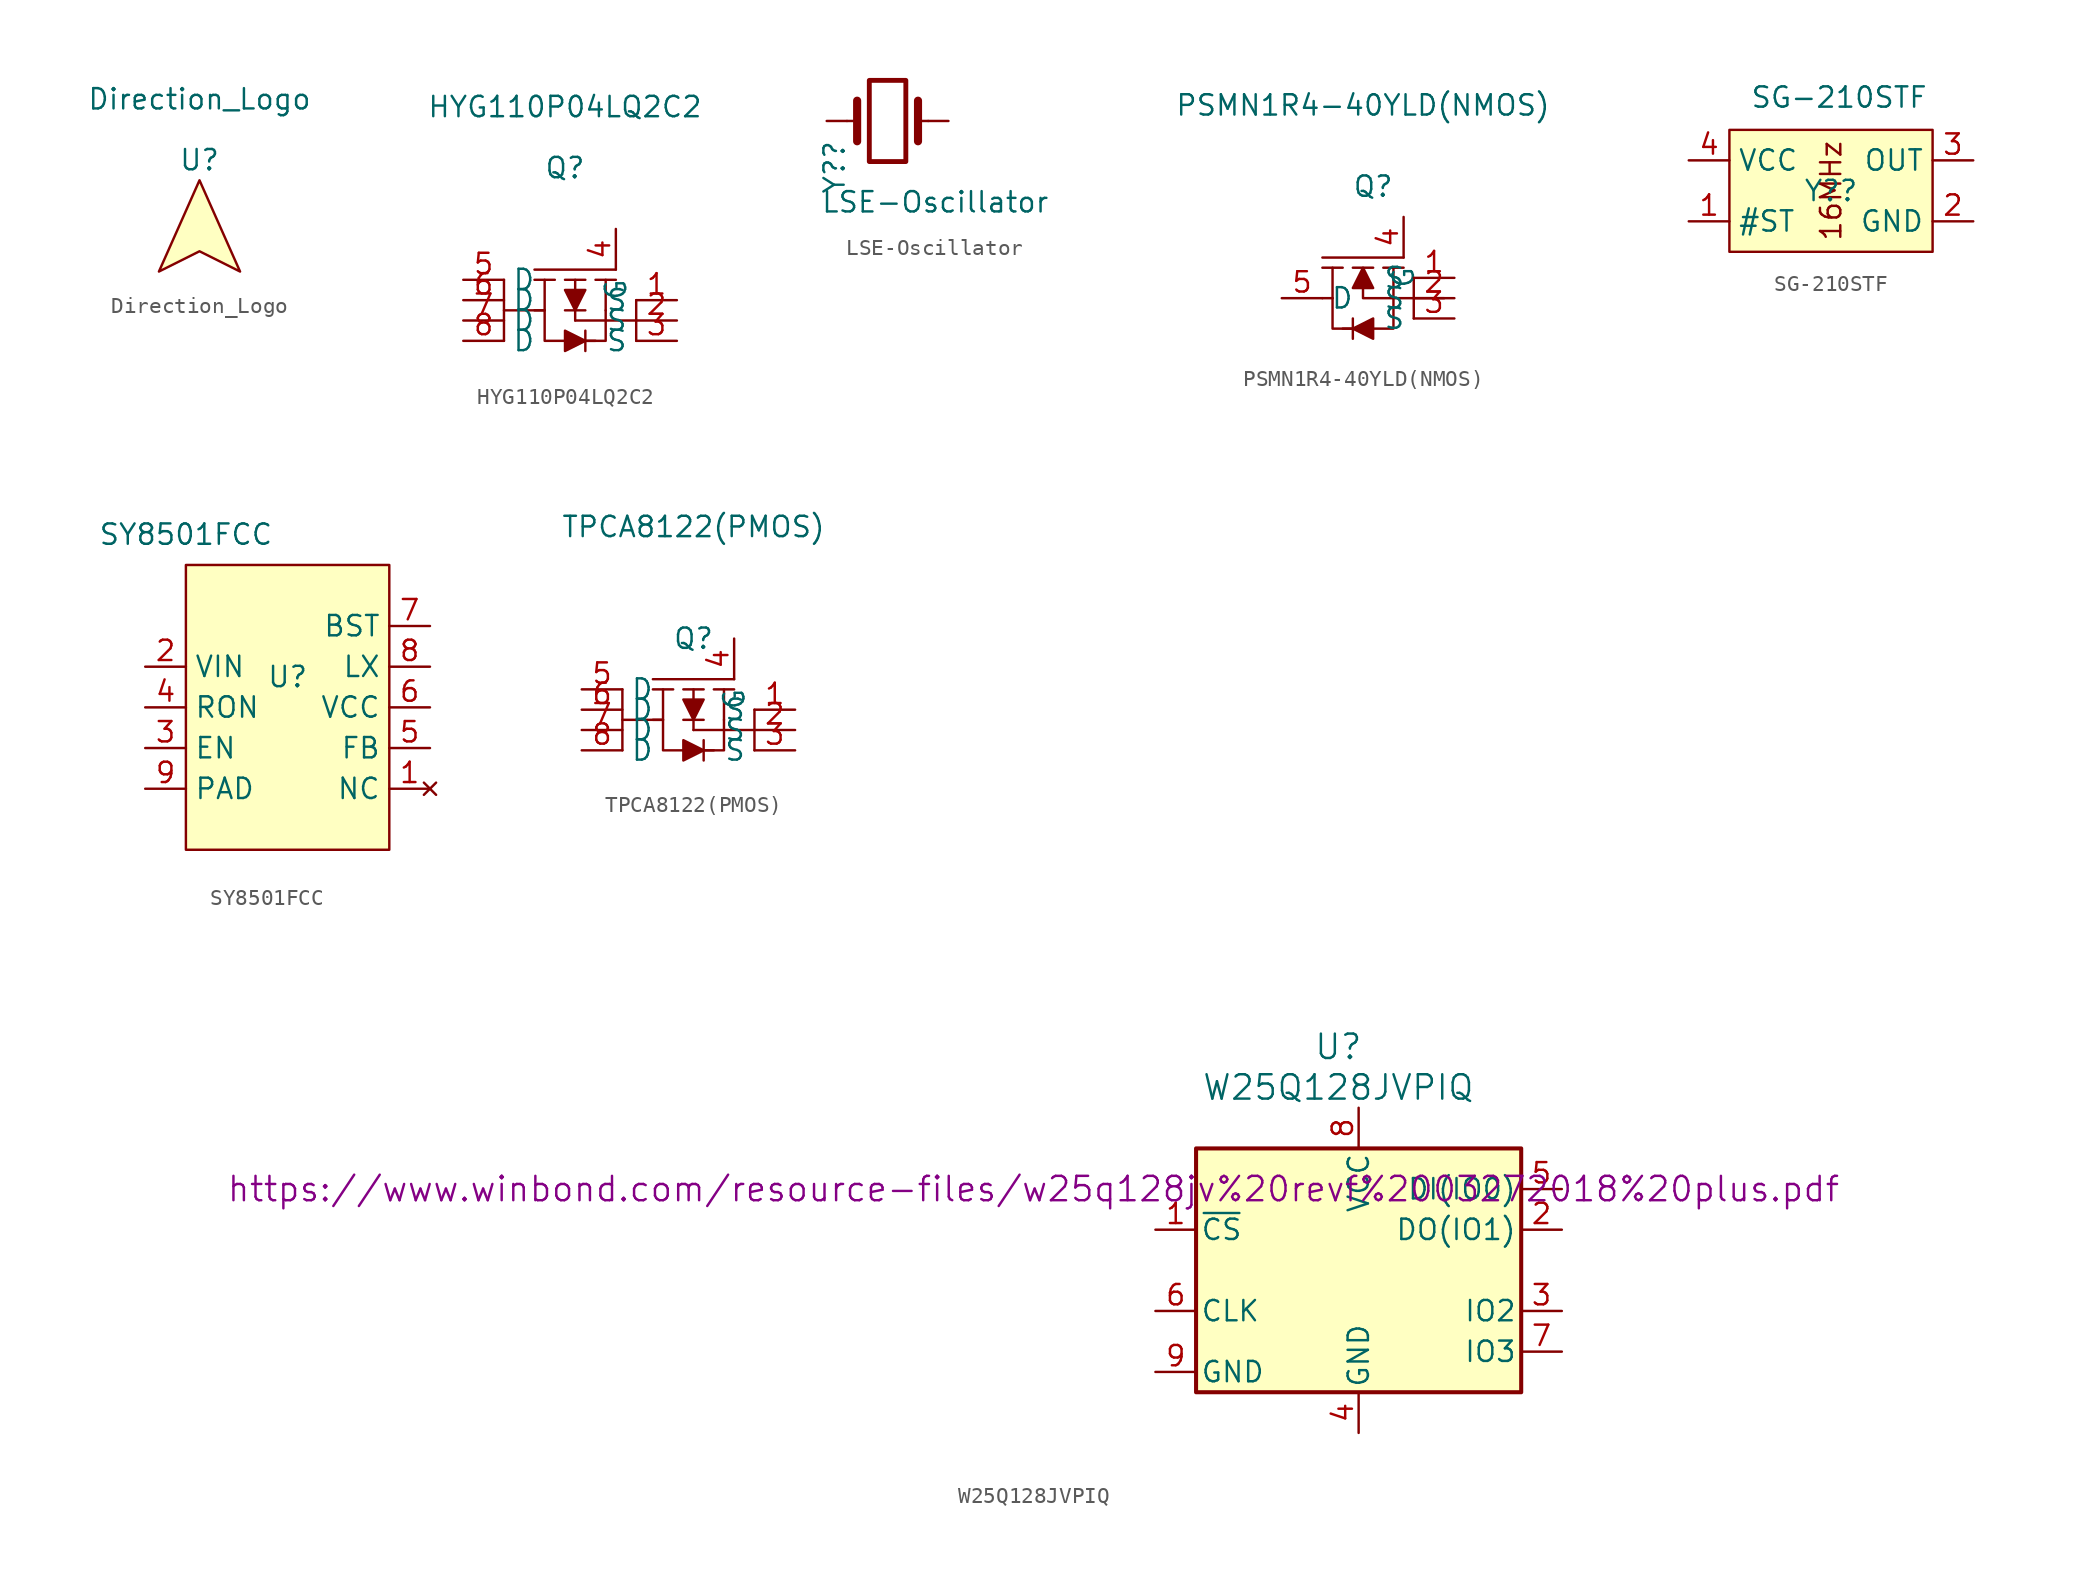
<source format=kicad_sym>
(kicad_symbol_lib
  (version 20211014)
  (generator kicad_symbol_editor)
  (symbol "Direction_Logo"
    (property "Reference" "U"
      (at 0 0 0)
      (effects (font (size 1.27 1.27))))
    (property "Value" "Direction_Logo"
      (at 0 3.81 0)
      (effects (font (size 1.27 1.27))))
    (symbol "Direction_Logo_0_1"
      (polyline (pts (xy 0 -1.27) (xy -2.54 -6.985) (xy 0 -5.715) (xy 2.54 -6.985) (xy 0 -1.27)) (stroke (width 0) (type default) (color 0 0 0 0)) (fill (type background)))))
  (symbol "HYG110P04LQ2C2"
    (property "Reference" "Q"
      (at 0 0 0)
      (effects (font (size 1.27 1.27))))
    (property "Value" "HYG110P04LQ2C2"
      (at 0 3.81 0)
      (effects (font (size 1.27 1.27))))
    (symbol "HYG110P04LQ2C2_0_1"
      (polyline (pts (xy -3.81 -6.985) (xy -3.81 -10.795)) (stroke (width 0) (type default) (color 0 0 0 0)) (fill (type none)))
      (polyline (pts (xy -1.905 -6.985) (xy -0.635 -6.985)) (stroke (width 0) (type default) (color 0 0 0 0)) (fill (type none)))
      (polyline (pts (xy -1.27 -8.89) (xy -1.905 -8.89)) (stroke (width 0) (type default) (color 0 0 0 0)) (fill (type none)))
      (polyline (pts (xy -1.27 -6.985) (xy -1.27 -8.89)) (stroke (width 0) (type default) (color 0 0 0 0)) (fill (type none)))
      (polyline (pts (xy 0 -8.89) (xy 1.27 -8.89)) (stroke (width 0) (type default) (color 0 0 0 0)) (fill (type none)))
      (polyline (pts (xy 0 -6.985) (xy 1.27 -6.985)) (stroke (width 0) (type default) (color 0 0 0 0)) (fill (type none)))
      (polyline (pts (xy 0.635 -9.525) (xy 0.635 -8.89)) (stroke (width 0) (type default) (color 0 0 0 0)) (fill (type none)))
      (polyline (pts (xy 0.635 -8.89) (xy 0.635 -6.985)) (stroke (width 0) (type default) (color 0 0 0 0)) (fill (type none)))
      (polyline (pts (xy 1.27 -10.16) (xy 1.27 -11.43)) (stroke (width 0) (type default) (color 0 0 0 0)) (fill (type none)))
      (polyline (pts (xy 1.905 -6.985) (xy 3.175 -6.985)) (stroke (width 0) (type default) (color 0 0 0 0)) (fill (type none)))
      (polyline (pts (xy 2.54 -6.985) (xy 2.54 -8.89)) (stroke (width 0) (type default) (color 0 0 0 0)) (fill (type none)))
      (polyline (pts (xy 3.175 -6.35) (xy -1.905 -6.35)) (stroke (width 0) (type default) (color 0 0 0 0)) (fill (type none)))
      (polyline (pts (xy 4.445 -9.525) (xy 0.635 -9.525)) (stroke (width 0) (type default) (color 0 0 0 0)) (fill (type none)))
      (polyline (pts (xy 4.445 -8.255) (xy 4.445 -10.795)) (stroke (width 0) (type default) (color 0 0 0 0)) (fill (type none)))
      (polyline (pts (xy 2.54 -8.89) (xy 2.54 -10.795) (xy 0 -10.795)) (stroke (width 0) (type default) (color 0 0 0 0)) (fill (type none)))
      (polyline (pts (xy 0 -7.62) (xy 1.27 -7.62) (xy 0.635 -8.89) (xy 0 -7.62)) (stroke (width 0) (type default) (color 0 0 0 0)) (fill (type outline)))
      (polyline (pts (xy 1.27 -10.795) (xy 0 -10.16) (xy 0 -11.43) (xy 1.27 -10.795)) (stroke (width 0) (type default) (color 0 0 0 0)) (fill (type outline)))
      (polyline (pts (xy 1.905 -10.795) (xy -1.27 -10.795) (xy -1.27 -8.89) (xy -3.81 -8.89)) (stroke (width 0) (type default) (color 0 0 0 0)) (fill (type none))))
    (symbol "HYG110P04LQ2C2_1_1"
      (pin input line (at 6.985 -8.255 180) (length 2.54) (name "S" (effects (font (size 1.27 1.27)))) (number "1" (effects (font (size 1.27 1.27)))))
      (pin input line (at 6.985 -9.525 180) (length 2.54) (name "S" (effects (font (size 1.27 1.27)))) (number "2" (effects (font (size 1.27 1.27)))))
      (pin input line (at 6.985 -10.795 180) (length 2.54) (name "S" (effects (font (size 1.27 1.27)))) (number "3" (effects (font (size 1.27 1.27)))))
      (pin input line (at 3.175 -3.81 270) (length 2.54) (name "G" (effects (font (size 1.27 1.27)))) (number "4" (effects (font (size 1.27 1.27)))))
      (pin input line (at -6.35 -6.985 0) (length 2.54) (name "D" (effects (font (size 1.27 1.27)))) (number "5" (effects (font (size 1.27 1.27)))))
      (pin input line (at -6.35 -8.255 0) (length 2.54) (name "D" (effects (font (size 1.27 1.27)))) (number "6" (effects (font (size 1.27 1.27)))))
      (pin input line (at -6.35 -9.525 0) (length 2.54) (name "D" (effects (font (size 1.27 1.27)))) (number "7" (effects (font (size 1.27 1.27)))))
      (pin input line (at -6.35 -10.795 0) (length 2.54) (name "D" (effects (font (size 1.27 1.27)))) (number "8" (effects (font (size 1.27 1.27)))))))
  (symbol "LSE-Oscillator"
    (pin_numbers hide)
    (pin_names
      (offset 1.016) hide)
    (property "Reference" "Y?"
      (at -3.327 -1.168 90)
      (effects (font (size 1.27 1.27)) (justify right)))
    (property "Value" "LSE-Oscillator"
      (at 10.16 -5.08 0)
      (effects (font (size 1.27 1.27)) (justify right)))
    (symbol "LSE-Oscillator_0_1"
      (rectangle (start -1.143 2.54) (end 1.143 -2.54) (stroke (width 0.305) (type default) (color 0 0 0 0)) (fill (type none)))
      (polyline (pts (xy -2.54 0) (xy -1.905 0)) (stroke (width 0) (type default) (color 0 0 0 0)) (fill (type none)))
      (polyline (pts (xy -1.905 -1.27) (xy -1.905 1.27)) (stroke (width 0.508) (type default) (color 0 0 0 0)) (fill (type none)))
      (polyline (pts (xy 1.905 -1.27) (xy 1.905 1.27)) (stroke (width 0.508) (type default) (color 0 0 0 0)) (fill (type none)))
      (polyline (pts (xy 2.54 0) (xy 1.905 0)) (stroke (width 0) (type default) (color 0 0 0 0)) (fill (type none))))
    (symbol "LSE-Oscillator_1_1"
      (pin passive line (at -3.81 0 0) (length 1.27) (name "1" (effects (font (size 1.27 1.27)))) (number "1" (effects (font (size 1.27 1.27)))))
      (pin passive line (at 3.81 0 180) (length 1.27) (name "2" (effects (font (size 1.27 1.27)))) (number "2" (effects (font (size 1.27 1.27)))))))
  (symbol "PSMN1R4-40YLD(NMOS)"
    (property "Reference" "Q"
      (at 1.27 -0.635 0)
      (effects (font (size 1.27 1.27))))
    (property "Value" "PSMN1R4-40YLD(NMOS)"
      (at 0.635 4.445 0)
      (effects (font (size 1.27 1.27))))
    (symbol "PSMN1R4-40YLD(NMOS)_0_1"
      (polyline (pts (xy -1.905 -5.715) (xy -0.635 -5.715)) (stroke (width 0) (type default) (color 0 0 0 0)) (fill (type none)))
      (polyline (pts (xy -1.905 -5.08) (xy 3.175 -5.08)) (stroke (width 0) (type default) (color 0 0 0 0)) (fill (type none)))
      (polyline (pts (xy -1.27 -7.62) (xy -1.905 -7.62)) (stroke (width 0) (type default) (color 0 0 0 0)) (fill (type none)))
      (polyline (pts (xy -1.27 -5.715) (xy -1.27 -7.62)) (stroke (width 0) (type default) (color 0 0 0 0)) (fill (type none)))
      (polyline (pts (xy 0 -8.89) (xy 0 -10.16)) (stroke (width 0) (type default) (color 0 0 0 0)) (fill (type none)))
      (polyline (pts (xy 0 -5.715) (xy 1.27 -5.715)) (stroke (width 0) (type default) (color 0 0 0 0)) (fill (type none)))
      (polyline (pts (xy 1.905 -5.715) (xy 3.175 -5.715)) (stroke (width 0) (type default) (color 0 0 0 0)) (fill (type none)))
      (polyline (pts (xy 2.54 -5.715) (xy 2.54 -7.62)) (stroke (width 0) (type default) (color 0 0 0 0)) (fill (type none)))
      (polyline (pts (xy 3.81 -7.62) (xy 3.81 -8.89)) (stroke (width 0) (type default) (color 0 0 0 0)) (fill (type none)))
      (polyline (pts (xy 3.81 -7.62) (xy 5.715 -7.62)) (stroke (width 0) (type default) (color 0 0 0 0)) (fill (type none)))
      (polyline (pts (xy 3.81 -6.35) (xy 3.81 -7.62)) (stroke (width 0) (type default) (color 0 0 0 0)) (fill (type none)))
      (polyline (pts (xy 0 -9.525) (xy -1.27 -9.525) (xy -1.27 -7.62)) (stroke (width 0) (type default) (color 0 0 0 0)) (fill (type none)))
      (polyline (pts (xy 2.54 -7.62) (xy 2.54 -9.525) (xy -0.635 -9.525)) (stroke (width 0) (type default) (color 0 0 0 0)) (fill (type none)))
      (polyline (pts (xy 3.81 -7.62) (xy 0.635 -7.62) (xy 0.635 -6.35)) (stroke (width 0) (type default) (color 0 0 0 0)) (fill (type none)))
      (polyline (pts (xy 0 -9.525) (xy 1.27 -8.89) (xy 1.27 -10.16) (xy 0 -9.525)) (stroke (width 0) (type default) (color 0 0 0 0)) (fill (type outline)))
      (polyline (pts (xy 0.635 -5.715) (xy 0 -6.985) (xy 1.27 -6.985) (xy 0.635 -5.715)) (stroke (width 0) (type default) (color 0 0 0 0)) (fill (type outline))))
    (symbol "PSMN1R4-40YLD(NMOS)_1_1"
      (pin input line (at 6.35 -6.35 180) (length 2.54) (name "S" (effects (font (size 1.27 1.27)))) (number "1" (effects (font (size 1.27 1.27)))))
      (pin input line (at 6.35 -7.62 180) (length 2.54) (name "S" (effects (font (size 1.27 1.27)))) (number "2" (effects (font (size 1.27 1.27)))))
      (pin input line (at 6.35 -8.89 180) (length 2.54) (name "S" (effects (font (size 1.27 1.27)))) (number "3" (effects (font (size 1.27 1.27)))))
      (pin input line (at 3.175 -2.54 270) (length 2.54) (name "G" (effects (font (size 1.27 1.27)))) (number "4" (effects (font (size 1.27 1.27)))))
      (pin input line (at -4.445 -7.62 0) (length 2.54) (name "D" (effects (font (size 1.27 1.27)))) (number "5" (effects (font (size 1.27 1.27)))))))
  (symbol "SG-210STF"
    (property "Reference" "Y?"
      (at 0 0 0)
      (effects (font (size 1.27 1.27))))
    (property "Value" "SG-210STF"
      (at 0.508 5.842 0)
      (effects (font (size 1.27 1.27))))
    (symbol "SG-210STF_0_0"
      (text "16MHz" (at 0 0 900) (effects (font (size 1.27 1.27)))))
    (symbol "SG-210STF_0_1"
      (rectangle (start -6.35 3.81) (end 6.35 -3.81) (stroke (width 0) (type default) (color 0 0 0 0)) (fill (type background))))
    (symbol "SG-210STF_1_1"
      (pin input line (at -8.89 -1.905 0) (length 2.54) (name "#ST" (effects (font (size 1.27 1.27)))) (number "1" (effects (font (size 1.27 1.27)))))
      (pin input line (at 8.89 -1.905 180) (length 2.54) (name "GND" (effects (font (size 1.27 1.27)))) (number "2" (effects (font (size 1.27 1.27)))))
      (pin input line (at 8.89 1.905 180) (length 2.54) (name "OUT" (effects (font (size 1.27 1.27)))) (number "3" (effects (font (size 1.27 1.27)))))
      (pin input line (at -8.89 1.905 0) (length 2.54) (name "VCC" (effects (font (size 1.27 1.27)))) (number "4" (effects (font (size 1.27 1.27)))))))
  (symbol "SY8501FCC"
    (property "Reference" "U"
      (at 6.35 -8.255 0)
      (effects (font (size 1.27 1.27))))
    (property "Value" "SY8501FCC"
      (at 0 0.635 0)
      (effects (font (size 1.27 1.27))))
    (symbol "SY8501FCC_0_1"
      (rectangle (start 0 -1.27) (end 12.7 -19.05) (stroke (width 0) (type default) (color 0 0 0 0)) (fill (type background))))
    (symbol "SY8501FCC_1_1"
      (pin no_connect line (at 15.24 -15.24 180) (length 2.54) (name "NC" (effects (font (size 1.27 1.27)))) (number "1" (effects (font (size 1.27 1.27)))))
      (pin input line (at -2.54 -7.62 0) (length 2.54) (name "VIN" (effects (font (size 1.27 1.27)))) (number "2" (effects (font (size 1.27 1.27)))))
      (pin input line (at -2.54 -12.7 0) (length 2.54) (name "EN" (effects (font (size 1.27 1.27)))) (number "3" (effects (font (size 1.27 1.27)))))
      (pin input line (at -2.54 -10.16 0) (length 2.54) (name "RON" (effects (font (size 1.27 1.27)))) (number "4" (effects (font (size 1.27 1.27)))))
      (pin input line (at 15.24 -12.7 180) (length 2.54) (name "FB" (effects (font (size 1.27 1.27)))) (number "5" (effects (font (size 1.27 1.27)))))
      (pin output line (at 15.24 -10.16 180) (length 2.54) (name "VCC" (effects (font (size 1.27 1.27)))) (number "6" (effects (font (size 1.27 1.27)))))
      (pin output line (at 15.24 -5.08 180) (length 2.54) (name "BST" (effects (font (size 1.27 1.27)))) (number "7" (effects (font (size 1.27 1.27)))))
      (pin output line (at 15.24 -7.62 180) (length 2.54) (name "LX" (effects (font (size 1.27 1.27)))) (number "8" (effects (font (size 1.27 1.27)))))
      (pin input line (at -2.54 -15.24 0) (length 2.54) (name "PAD" (effects (font (size 1.27 1.27)))) (number "9" (effects (font (size 1.27 1.27)))))))
  (symbol "TPCA8122(PMOS)"
    (property "Reference" "Q"
      (at 0 -5.715 0)
      (effects (font (size 1.27 1.27))))
    (property "Value" "TPCA8122(PMOS)"
      (at 0 1.27 0)
      (effects (font (size 1.27 1.27))))
    (symbol "TPCA8122(PMOS)_0_1"
      (polyline (pts (xy -4.445 -8.89) (xy -4.445 -12.7)) (stroke (width 0) (type default) (color 0 0 0 0)) (fill (type none)))
      (polyline (pts (xy -2.54 -8.89) (xy -1.27 -8.89)) (stroke (width 0) (type default) (color 0 0 0 0)) (fill (type none)))
      (polyline (pts (xy -1.905 -10.795) (xy -2.54 -10.795)) (stroke (width 0) (type default) (color 0 0 0 0)) (fill (type none)))
      (polyline (pts (xy -1.905 -8.89) (xy -1.905 -10.795)) (stroke (width 0) (type default) (color 0 0 0 0)) (fill (type none)))
      (polyline (pts (xy -0.635 -10.795) (xy 0.635 -10.795)) (stroke (width 0) (type default) (color 0 0 0 0)) (fill (type none)))
      (polyline (pts (xy -0.635 -8.89) (xy 0.635 -8.89)) (stroke (width 0) (type default) (color 0 0 0 0)) (fill (type none)))
      (polyline (pts (xy 0 -11.43) (xy 0 -10.795)) (stroke (width 0) (type default) (color 0 0 0 0)) (fill (type none)))
      (polyline (pts (xy 0 -10.795) (xy 0 -8.89)) (stroke (width 0) (type default) (color 0 0 0 0)) (fill (type none)))
      (polyline (pts (xy 0.635 -12.065) (xy 0.635 -13.335)) (stroke (width 0) (type default) (color 0 0 0 0)) (fill (type none)))
      (polyline (pts (xy 1.27 -8.89) (xy 2.54 -8.89)) (stroke (width 0) (type default) (color 0 0 0 0)) (fill (type none)))
      (polyline (pts (xy 1.905 -8.89) (xy 1.905 -10.795)) (stroke (width 0) (type default) (color 0 0 0 0)) (fill (type none)))
      (polyline (pts (xy 2.54 -8.255) (xy -2.54 -8.255)) (stroke (width 0) (type default) (color 0 0 0 0)) (fill (type none)))
      (polyline (pts (xy 3.81 -11.43) (xy 0 -11.43)) (stroke (width 0) (type default) (color 0 0 0 0)) (fill (type none)))
      (polyline (pts (xy 3.81 -10.16) (xy 3.81 -12.7)) (stroke (width 0) (type default) (color 0 0 0 0)) (fill (type none)))
      (polyline (pts (xy 1.905 -10.795) (xy 1.905 -12.7) (xy -0.635 -12.7)) (stroke (width 0) (type default) (color 0 0 0 0)) (fill (type none)))
      (polyline (pts (xy -0.635 -9.525) (xy 0.635 -9.525) (xy 0 -10.795) (xy -0.635 -9.525)) (stroke (width 0) (type default) (color 0 0 0 0)) (fill (type outline)))
      (polyline (pts (xy 0.635 -12.7) (xy -0.635 -12.065) (xy -0.635 -13.335) (xy 0.635 -12.7)) (stroke (width 0) (type default) (color 0 0 0 0)) (fill (type outline)))
      (polyline (pts (xy 1.27 -12.7) (xy -1.905 -12.7) (xy -1.905 -10.795) (xy -4.445 -10.795)) (stroke (width 0) (type default) (color 0 0 0 0)) (fill (type none))))
    (symbol "TPCA8122(PMOS)_1_1"
      (pin input line (at 6.35 -10.16 180) (length 2.54) (name "S" (effects (font (size 1.27 1.27)))) (number "1" (effects (font (size 1.27 1.27)))))
      (pin input line (at 6.35 -11.43 180) (length 2.54) (name "S" (effects (font (size 1.27 1.27)))) (number "2" (effects (font (size 1.27 1.27)))))
      (pin input line (at 6.35 -12.7 180) (length 2.54) (name "S" (effects (font (size 1.27 1.27)))) (number "3" (effects (font (size 1.27 1.27)))))
      (pin input line (at 2.54 -5.715 270) (length 2.54) (name "G" (effects (font (size 1.27 1.27)))) (number "4" (effects (font (size 1.27 1.27)))))
      (pin input line (at -6.985 -8.89 0) (length 2.54) (name "D" (effects (font (size 1.27 1.27)))) (number "5" (effects (font (size 1.27 1.27)))))
      (pin input line (at -6.985 -10.16 0) (length 2.54) (name "D" (effects (font (size 1.27 1.27)))) (number "6" (effects (font (size 1.27 1.27)))))
      (pin input line (at -6.985 -11.43 0) (length 2.54) (name "D" (effects (font (size 1.27 1.27)))) (number "7" (effects (font (size 1.27 1.27)))))
      (pin input line (at -6.985 -12.7 0) (length 2.54) (name "D" (effects (font (size 1.27 1.27)))) (number "8" (effects (font (size 1.27 1.27)))))))
  (symbol "W25Q128JVPIQ"
    (pin_names
      (offset 0.254))
    (property "Reference" "U"
      (at -0.635 13.335 0)
      (effects (font (size 1.524 1.524))))
    (property "Value" "W25Q128JVPIQ"
      (at -0.635 10.795 0)
      (effects (font (size 1.524 1.524))))
    (property "Datasheet" "https://www.winbond.com/resource-files/w25q128jv%20revf%2003272018%20plus.pdf"
      (at -19.685 4.445 0)
      (effects (font (size 1.524 1.524))))
    (symbol "W25Q128JVPIQ_0_1"
      (rectangle (start -9.525 6.985) (end 10.795 -8.255) (stroke (width 0.254) (type default) (color 0 0 0 0)) (fill (type background))))
    (symbol "W25Q128JVPIQ_1_1"
      (pin input line (at -12.065 1.905 0) (length 2.54) (name "~{CS}" (effects (font (size 1.27 1.27)))) (number "1" (effects (font (size 1.27 1.27)))))
      (pin bidirectional line (at 13.335 1.905 180) (length 2.54) (name "DO(IO1)" (effects (font (size 1.27 1.27)))) (number "2" (effects (font (size 1.27 1.27)))))
      (pin bidirectional line (at 13.335 -3.175 180) (length 2.54) (name "IO2" (effects (font (size 1.27 1.27)))) (number "3" (effects (font (size 1.27 1.27)))))
      (pin power_in line (at 0.635 -10.795 90) (length 2.54) (name "GND" (effects (font (size 1.27 1.27)))) (number "4" (effects (font (size 1.27 1.27)))))
      (pin bidirectional line (at 13.335 4.445 180) (length 2.54) (name "DI(IO0)" (effects (font (size 1.27 1.27)))) (number "5" (effects (font (size 1.27 1.27)))))
      (pin input line (at -12.065 -3.175 0) (length 2.54) (name "CLK" (effects (font (size 1.27 1.27)))) (number "6" (effects (font (size 1.27 1.27)))))
      (pin bidirectional line (at 13.335 -5.715 180) (length 2.54) (name "IO3" (effects (font (size 1.27 1.27)))) (number "7" (effects (font (size 1.27 1.27)))))
      (pin power_in line (at 0.635 9.525 270) (length 2.54) (name "VCC" (effects (font (size 1.27 1.27)))) (number "8" (effects (font (size 1.27 1.27)))))
      (pin input line (at -12.065 -6.985 0) (length 2.54) (name "GND" (effects (font (size 1.27 1.27)))) (number "9" (effects (font (size 1.27 1.27))))))))
</source>
